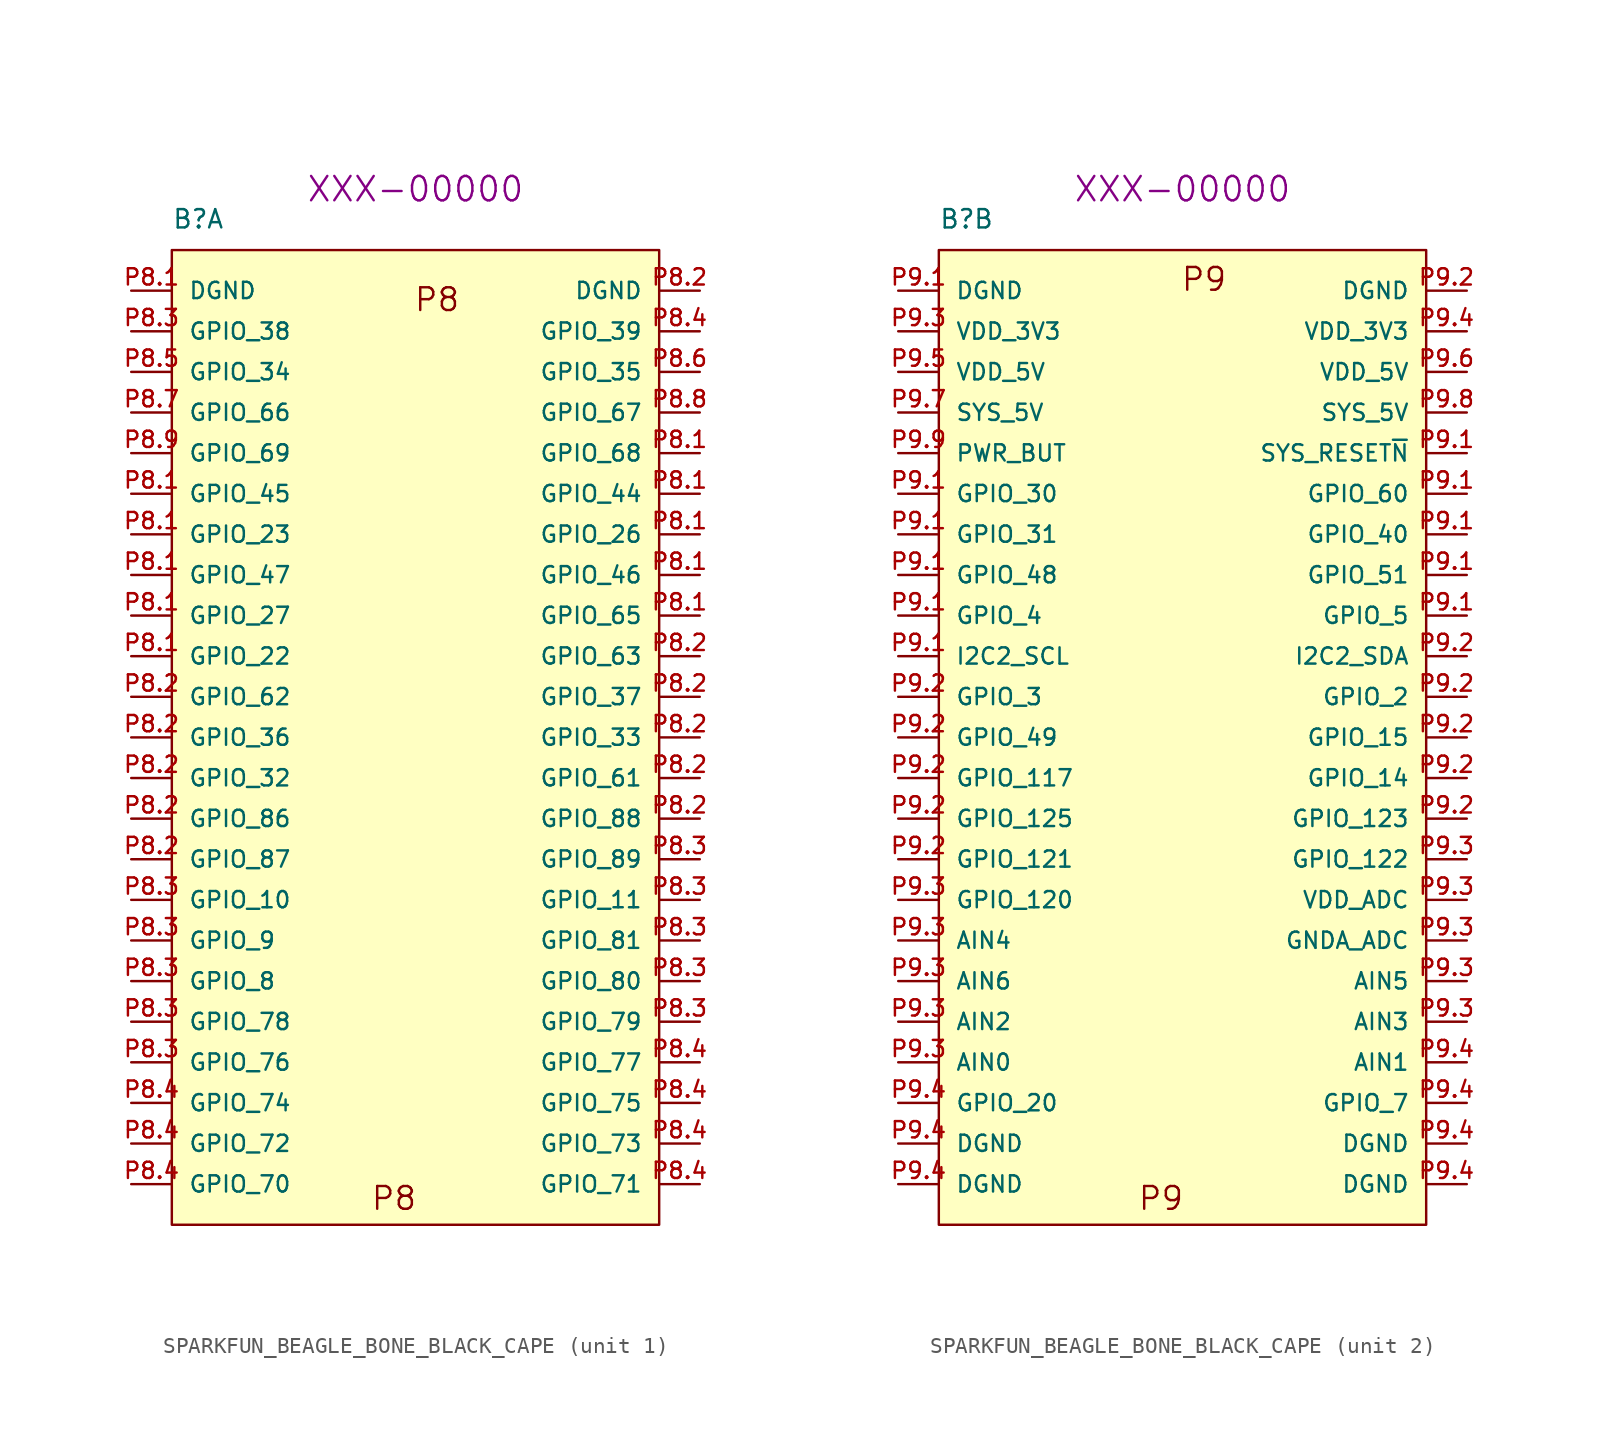
<source format=kicad_sym>
(kicad_symbol_lib
  (version 20220914)
  (generator kicad_symbol_editor)
  (symbol "SPARKFUN_BEAGLE_BONE_BLACK_CAPE"
    (pin_names
      (offset 1.016))
    (property "Reference" "B"
      (at -15.24 29.21 0)
      (effects (font (size 1.143 1.143)) (justify left bottom)))
    (property "Field4" "XXX-00000"
      (at 0 31.75 0)
      (effects (font (size 1.524 1.524))))
    (property "ki_locked" ""
      (at 0 0 0)
      (effects (font (size 1.27 1.27))))
    (symbol "SPARKFUN_BEAGLE_BONE_BLACK_CAPE_1_0"
      (text "P8" (at -1.346 -31.369 0) (effects (font (size 1.422 1.422))))
      (text "P8" (at 1.346 24.841 0) (effects (font (size 1.422 1.422)))))
    (symbol "SPARKFUN_BEAGLE_BONE_BLACK_CAPE_1_1"
      (polyline (pts (xy -15.24 27.94) (xy 15.24 27.94) (xy 15.24 -33.02) (xy -15.24 -33.02) (xy -15.24 27.94)) (stroke (width 0) (type solid)) (fill (type background)))
      (pin bidirectional line (at -17.78 25.4 0) (length 2.54) (name "DGND" (effects (font (size 1.016 1.016)))) (number "P8.1" (effects (font (size 1.016 1.016)))))
      (pin bidirectional line (at -17.78 2.54 0) (length 2.54) (name "GPIO_22" (effects (font (size 1.016 1.016)))) (number "P8.1" (effects (font (size 1.016 1.016)))))
      (pin bidirectional line (at -17.78 10.16 0) (length 2.54) (name "GPIO_23" (effects (font (size 1.016 1.016)))) (number "P8.1" (effects (font (size 1.016 1.016)))))
      (pin bidirectional line (at 17.78 10.16 180) (length 2.54) (name "GPIO_26" (effects (font (size 1.016 1.016)))) (number "P8.1" (effects (font (size 1.016 1.016)))))
      (pin bidirectional line (at -17.78 5.08 0) (length 2.54) (name "GPIO_27" (effects (font (size 1.016 1.016)))) (number "P8.1" (effects (font (size 1.016 1.016)))))
      (pin bidirectional line (at 17.78 12.7 180) (length 2.54) (name "GPIO_44" (effects (font (size 1.016 1.016)))) (number "P8.1" (effects (font (size 1.016 1.016)))))
      (pin bidirectional line (at -17.78 12.7 0) (length 2.54) (name "GPIO_45" (effects (font (size 1.016 1.016)))) (number "P8.1" (effects (font (size 1.016 1.016)))))
      (pin bidirectional line (at 17.78 7.62 180) (length 2.54) (name "GPIO_46" (effects (font (size 1.016 1.016)))) (number "P8.1" (effects (font (size 1.016 1.016)))))
      (pin bidirectional line (at -17.78 7.62 0) (length 2.54) (name "GPIO_47" (effects (font (size 1.016 1.016)))) (number "P8.1" (effects (font (size 1.016 1.016)))))
      (pin bidirectional line (at 17.78 5.08 180) (length 2.54) (name "GPIO_65" (effects (font (size 1.016 1.016)))) (number "P8.1" (effects (font (size 1.016 1.016)))))
      (pin bidirectional line (at 17.78 15.24 180) (length 2.54) (name "GPIO_68" (effects (font (size 1.016 1.016)))) (number "P8.1" (effects (font (size 1.016 1.016)))))
      (pin bidirectional line (at 17.78 25.4 180) (length 2.54) (name "DGND" (effects (font (size 1.016 1.016)))) (number "P8.2" (effects (font (size 1.016 1.016)))))
      (pin bidirectional line (at -17.78 -5.08 0) (length 2.54) (name "GPIO_32" (effects (font (size 1.016 1.016)))) (number "P8.2" (effects (font (size 1.016 1.016)))))
      (pin bidirectional line (at 17.78 -2.54 180) (length 2.54) (name "GPIO_33" (effects (font (size 1.016 1.016)))) (number "P8.2" (effects (font (size 1.016 1.016)))))
      (pin bidirectional line (at -17.78 -2.54 0) (length 2.54) (name "GPIO_36" (effects (font (size 1.016 1.016)))) (number "P8.2" (effects (font (size 1.016 1.016)))))
      (pin bidirectional line (at 17.78 0 180) (length 2.54) (name "GPIO_37" (effects (font (size 1.016 1.016)))) (number "P8.2" (effects (font (size 1.016 1.016)))))
      (pin bidirectional line (at 17.78 -5.08 180) (length 2.54) (name "GPIO_61" (effects (font (size 1.016 1.016)))) (number "P8.2" (effects (font (size 1.016 1.016)))))
      (pin bidirectional line (at -17.78 0 0) (length 2.54) (name "GPIO_62" (effects (font (size 1.016 1.016)))) (number "P8.2" (effects (font (size 1.016 1.016)))))
      (pin bidirectional line (at 17.78 2.54 180) (length 2.54) (name "GPIO_63" (effects (font (size 1.016 1.016)))) (number "P8.2" (effects (font (size 1.016 1.016)))))
      (pin bidirectional line (at -17.78 -7.62 0) (length 2.54) (name "GPIO_86" (effects (font (size 1.016 1.016)))) (number "P8.2" (effects (font (size 1.016 1.016)))))
      (pin bidirectional line (at -17.78 -10.16 0) (length 2.54) (name "GPIO_87" (effects (font (size 1.016 1.016)))) (number "P8.2" (effects (font (size 1.016 1.016)))))
      (pin bidirectional line (at 17.78 -7.62 180) (length 2.54) (name "GPIO_88" (effects (font (size 1.016 1.016)))) (number "P8.2" (effects (font (size 1.016 1.016)))))
      (pin bidirectional line (at -17.78 -12.7 0) (length 2.54) (name "GPIO_10" (effects (font (size 1.016 1.016)))) (number "P8.3" (effects (font (size 1.016 1.016)))))
      (pin bidirectional line (at 17.78 -12.7 180) (length 2.54) (name "GPIO_11" (effects (font (size 1.016 1.016)))) (number "P8.3" (effects (font (size 1.016 1.016)))))
      (pin bidirectional line (at -17.78 22.86 0) (length 2.54) (name "GPIO_38" (effects (font (size 1.016 1.016)))) (number "P8.3" (effects (font (size 1.016 1.016)))))
      (pin bidirectional line (at -17.78 -22.86 0) (length 2.54) (name "GPIO_76" (effects (font (size 1.016 1.016)))) (number "P8.3" (effects (font (size 1.016 1.016)))))
      (pin bidirectional line (at -17.78 -20.32 0) (length 2.54) (name "GPIO_78" (effects (font (size 1.016 1.016)))) (number "P8.3" (effects (font (size 1.016 1.016)))))
      (pin bidirectional line (at 17.78 -20.32 180) (length 2.54) (name "GPIO_79" (effects (font (size 1.016 1.016)))) (number "P8.3" (effects (font (size 1.016 1.016)))))
      (pin bidirectional line (at -17.78 -17.78 0) (length 2.54) (name "GPIO_8" (effects (font (size 1.016 1.016)))) (number "P8.3" (effects (font (size 1.016 1.016)))))
      (pin bidirectional line (at 17.78 -17.78 180) (length 2.54) (name "GPIO_80" (effects (font (size 1.016 1.016)))) (number "P8.3" (effects (font (size 1.016 1.016)))))
      (pin bidirectional line (at 17.78 -15.24 180) (length 2.54) (name "GPIO_81" (effects (font (size 1.016 1.016)))) (number "P8.3" (effects (font (size 1.016 1.016)))))
      (pin bidirectional line (at 17.78 -10.16 180) (length 2.54) (name "GPIO_89" (effects (font (size 1.016 1.016)))) (number "P8.3" (effects (font (size 1.016 1.016)))))
      (pin bidirectional line (at -17.78 -15.24 0) (length 2.54) (name "GPIO_9" (effects (font (size 1.016 1.016)))) (number "P8.3" (effects (font (size 1.016 1.016)))))
      (pin bidirectional line (at 17.78 22.86 180) (length 2.54) (name "GPIO_39" (effects (font (size 1.016 1.016)))) (number "P8.4" (effects (font (size 1.016 1.016)))))
      (pin bidirectional line (at -17.78 -30.48 0) (length 2.54) (name "GPIO_70" (effects (font (size 1.016 1.016)))) (number "P8.4" (effects (font (size 1.016 1.016)))))
      (pin bidirectional line (at 17.78 -30.48 180) (length 2.54) (name "GPIO_71" (effects (font (size 1.016 1.016)))) (number "P8.4" (effects (font (size 1.016 1.016)))))
      (pin bidirectional line (at -17.78 -27.94 0) (length 2.54) (name "GPIO_72" (effects (font (size 1.016 1.016)))) (number "P8.4" (effects (font (size 1.016 1.016)))))
      (pin bidirectional line (at 17.78 -27.94 180) (length 2.54) (name "GPIO_73" (effects (font (size 1.016 1.016)))) (number "P8.4" (effects (font (size 1.016 1.016)))))
      (pin bidirectional line (at -17.78 -25.4 0) (length 2.54) (name "GPIO_74" (effects (font (size 1.016 1.016)))) (number "P8.4" (effects (font (size 1.016 1.016)))))
      (pin bidirectional line (at 17.78 -25.4 180) (length 2.54) (name "GPIO_75" (effects (font (size 1.016 1.016)))) (number "P8.4" (effects (font (size 1.016 1.016)))))
      (pin bidirectional line (at 17.78 -22.86 180) (length 2.54) (name "GPIO_77" (effects (font (size 1.016 1.016)))) (number "P8.4" (effects (font (size 1.016 1.016)))))
      (pin bidirectional line (at -17.78 20.32 0) (length 2.54) (name "GPIO_34" (effects (font (size 1.016 1.016)))) (number "P8.5" (effects (font (size 1.016 1.016)))))
      (pin bidirectional line (at 17.78 20.32 180) (length 2.54) (name "GPIO_35" (effects (font (size 1.016 1.016)))) (number "P8.6" (effects (font (size 1.016 1.016)))))
      (pin bidirectional line (at -17.78 17.78 0) (length 2.54) (name "GPIO_66" (effects (font (size 1.016 1.016)))) (number "P8.7" (effects (font (size 1.016 1.016)))))
      (pin bidirectional line (at 17.78 17.78 180) (length 2.54) (name "GPIO_67" (effects (font (size 1.016 1.016)))) (number "P8.8" (effects (font (size 1.016 1.016)))))
      (pin bidirectional line (at -17.78 15.24 0) (length 2.54) (name "GPIO_69" (effects (font (size 1.016 1.016)))) (number "P8.9" (effects (font (size 1.016 1.016))))))
    (symbol "SPARKFUN_BEAGLE_BONE_BLACK_CAPE_2_0"
      (text "P9" (at -1.346 -31.369 0) (effects (font (size 1.422 1.422))))
      (text "P9" (at 1.346 26.111 0) (effects (font (size 1.422 1.422)))))
    (symbol "SPARKFUN_BEAGLE_BONE_BLACK_CAPE_2_1"
      (polyline (pts (xy -15.24 27.94) (xy 15.24 27.94) (xy 15.24 -33.02) (xy -15.24 -33.02) (xy -15.24 27.94)) (stroke (width 0) (type solid)) (fill (type background)))
      (pin bidirectional line (at -17.78 25.4 0) (length 2.54) (name "DGND" (effects (font (size 1.016 1.016)))) (number "P9.1" (effects (font (size 1.016 1.016)))))
      (pin bidirectional line (at -17.78 12.7 0) (length 2.54) (name "GPIO_30" (effects (font (size 1.016 1.016)))) (number "P9.1" (effects (font (size 1.016 1.016)))))
      (pin bidirectional line (at -17.78 10.16 0) (length 2.54) (name "GPIO_31" (effects (font (size 1.016 1.016)))) (number "P9.1" (effects (font (size 1.016 1.016)))))
      (pin bidirectional line (at -17.78 5.08 0) (length 2.54) (name "GPIO_4" (effects (font (size 1.016 1.016)))) (number "P9.1" (effects (font (size 1.016 1.016)))))
      (pin bidirectional line (at 17.78 10.16 180) (length 2.54) (name "GPIO_40" (effects (font (size 1.016 1.016)))) (number "P9.1" (effects (font (size 1.016 1.016)))))
      (pin bidirectional line (at -17.78 7.62 0) (length 2.54) (name "GPIO_48" (effects (font (size 1.016 1.016)))) (number "P9.1" (effects (font (size 1.016 1.016)))))
      (pin bidirectional line (at 17.78 5.08 180) (length 2.54) (name "GPIO_5" (effects (font (size 1.016 1.016)))) (number "P9.1" (effects (font (size 1.016 1.016)))))
      (pin bidirectional line (at 17.78 7.62 180) (length 2.54) (name "GPIO_51" (effects (font (size 1.016 1.016)))) (number "P9.1" (effects (font (size 1.016 1.016)))))
      (pin bidirectional line (at 17.78 12.7 180) (length 2.54) (name "GPIO_60" (effects (font (size 1.016 1.016)))) (number "P9.1" (effects (font (size 1.016 1.016)))))
      (pin bidirectional line (at -17.78 2.54 0) (length 2.54) (name "I2C2_SCL" (effects (font (size 1.016 1.016)))) (number "P9.1" (effects (font (size 1.016 1.016)))))
      (pin bidirectional line (at 17.78 15.24 180) (length 2.54) (name "SYS_RESET~{N}" (effects (font (size 1.016 1.016)))) (number "P9.1" (effects (font (size 1.016 1.016)))))
      (pin bidirectional line (at 17.78 25.4 180) (length 2.54) (name "DGND" (effects (font (size 1.016 1.016)))) (number "P9.2" (effects (font (size 1.016 1.016)))))
      (pin bidirectional line (at -17.78 -5.08 0) (length 2.54) (name "GPIO_117" (effects (font (size 1.016 1.016)))) (number "P9.2" (effects (font (size 1.016 1.016)))))
      (pin bidirectional line (at -17.78 -10.16 0) (length 2.54) (name "GPIO_121" (effects (font (size 1.016 1.016)))) (number "P9.2" (effects (font (size 1.016 1.016)))))
      (pin bidirectional line (at 17.78 -7.62 180) (length 2.54) (name "GPIO_123" (effects (font (size 1.016 1.016)))) (number "P9.2" (effects (font (size 1.016 1.016)))))
      (pin bidirectional line (at -17.78 -7.62 0) (length 2.54) (name "GPIO_125" (effects (font (size 1.016 1.016)))) (number "P9.2" (effects (font (size 1.016 1.016)))))
      (pin bidirectional line (at 17.78 -5.08 180) (length 2.54) (name "GPIO_14" (effects (font (size 1.016 1.016)))) (number "P9.2" (effects (font (size 1.016 1.016)))))
      (pin bidirectional line (at 17.78 -2.54 180) (length 2.54) (name "GPIO_15" (effects (font (size 1.016 1.016)))) (number "P9.2" (effects (font (size 1.016 1.016)))))
      (pin bidirectional line (at 17.78 0 180) (length 2.54) (name "GPIO_2" (effects (font (size 1.016 1.016)))) (number "P9.2" (effects (font (size 1.016 1.016)))))
      (pin bidirectional line (at -17.78 0 0) (length 2.54) (name "GPIO_3" (effects (font (size 1.016 1.016)))) (number "P9.2" (effects (font (size 1.016 1.016)))))
      (pin bidirectional line (at -17.78 -2.54 0) (length 2.54) (name "GPIO_49" (effects (font (size 1.016 1.016)))) (number "P9.2" (effects (font (size 1.016 1.016)))))
      (pin bidirectional line (at 17.78 2.54 180) (length 2.54) (name "I2C2_SDA" (effects (font (size 1.016 1.016)))) (number "P9.2" (effects (font (size 1.016 1.016)))))
      (pin bidirectional line (at -17.78 -22.86 0) (length 2.54) (name "AIN0" (effects (font (size 1.016 1.016)))) (number "P9.3" (effects (font (size 1.016 1.016)))))
      (pin bidirectional line (at -17.78 -20.32 0) (length 2.54) (name "AIN2" (effects (font (size 1.016 1.016)))) (number "P9.3" (effects (font (size 1.016 1.016)))))
      (pin bidirectional line (at 17.78 -20.32 180) (length 2.54) (name "AIN3" (effects (font (size 1.016 1.016)))) (number "P9.3" (effects (font (size 1.016 1.016)))))
      (pin bidirectional line (at -17.78 -15.24 0) (length 2.54) (name "AIN4" (effects (font (size 1.016 1.016)))) (number "P9.3" (effects (font (size 1.016 1.016)))))
      (pin bidirectional line (at 17.78 -17.78 180) (length 2.54) (name "AIN5" (effects (font (size 1.016 1.016)))) (number "P9.3" (effects (font (size 1.016 1.016)))))
      (pin bidirectional line (at -17.78 -17.78 0) (length 2.54) (name "AIN6" (effects (font (size 1.016 1.016)))) (number "P9.3" (effects (font (size 1.016 1.016)))))
      (pin bidirectional line (at 17.78 -15.24 180) (length 2.54) (name "GNDA_ADC" (effects (font (size 1.016 1.016)))) (number "P9.3" (effects (font (size 1.016 1.016)))))
      (pin bidirectional line (at -17.78 -12.7 0) (length 2.54) (name "GPIO_120" (effects (font (size 1.016 1.016)))) (number "P9.3" (effects (font (size 1.016 1.016)))))
      (pin bidirectional line (at 17.78 -10.16 180) (length 2.54) (name "GPIO_122" (effects (font (size 1.016 1.016)))) (number "P9.3" (effects (font (size 1.016 1.016)))))
      (pin bidirectional line (at -17.78 22.86 0) (length 2.54) (name "VDD_3V3" (effects (font (size 1.016 1.016)))) (number "P9.3" (effects (font (size 1.016 1.016)))))
      (pin bidirectional line (at 17.78 -12.7 180) (length 2.54) (name "VDD_ADC" (effects (font (size 1.016 1.016)))) (number "P9.3" (effects (font (size 1.016 1.016)))))
      (pin bidirectional line (at 17.78 -22.86 180) (length 2.54) (name "AIN1" (effects (font (size 1.016 1.016)))) (number "P9.4" (effects (font (size 1.016 1.016)))))
      (pin bidirectional line (at -17.78 -30.48 0) (length 2.54) (name "DGND" (effects (font (size 1.016 1.016)))) (number "P9.4" (effects (font (size 1.016 1.016)))))
      (pin bidirectional line (at -17.78 -27.94 0) (length 2.54) (name "DGND" (effects (font (size 1.016 1.016)))) (number "P9.4" (effects (font (size 1.016 1.016)))))
      (pin bidirectional line (at 17.78 -30.48 180) (length 2.54) (name "DGND" (effects (font (size 1.016 1.016)))) (number "P9.4" (effects (font (size 1.016 1.016)))))
      (pin bidirectional line (at 17.78 -27.94 180) (length 2.54) (name "DGND" (effects (font (size 1.016 1.016)))) (number "P9.4" (effects (font (size 1.016 1.016)))))
      (pin bidirectional line (at -17.78 -25.4 0) (length 2.54) (name "GPIO_20" (effects (font (size 1.016 1.016)))) (number "P9.4" (effects (font (size 1.016 1.016)))))
      (pin bidirectional line (at 17.78 -25.4 180) (length 2.54) (name "GPIO_7" (effects (font (size 1.016 1.016)))) (number "P9.4" (effects (font (size 1.016 1.016)))))
      (pin bidirectional line (at 17.78 22.86 180) (length 2.54) (name "VDD_3V3" (effects (font (size 1.016 1.016)))) (number "P9.4" (effects (font (size 1.016 1.016)))))
      (pin bidirectional line (at -17.78 20.32 0) (length 2.54) (name "VDD_5V" (effects (font (size 1.016 1.016)))) (number "P9.5" (effects (font (size 1.016 1.016)))))
      (pin bidirectional line (at 17.78 20.32 180) (length 2.54) (name "VDD_5V" (effects (font (size 1.016 1.016)))) (number "P9.6" (effects (font (size 1.016 1.016)))))
      (pin bidirectional line (at -17.78 17.78 0) (length 2.54) (name "SYS_5V" (effects (font (size 1.016 1.016)))) (number "P9.7" (effects (font (size 1.016 1.016)))))
      (pin bidirectional line (at 17.78 17.78 180) (length 2.54) (name "SYS_5V" (effects (font (size 1.016 1.016)))) (number "P9.8" (effects (font (size 1.016 1.016)))))
      (pin bidirectional line (at -17.78 15.24 0) (length 2.54) (name "PWR_BUT" (effects (font (size 1.016 1.016)))) (number "P9.9" (effects (font (size 1.016 1.016))))))))
</source>
